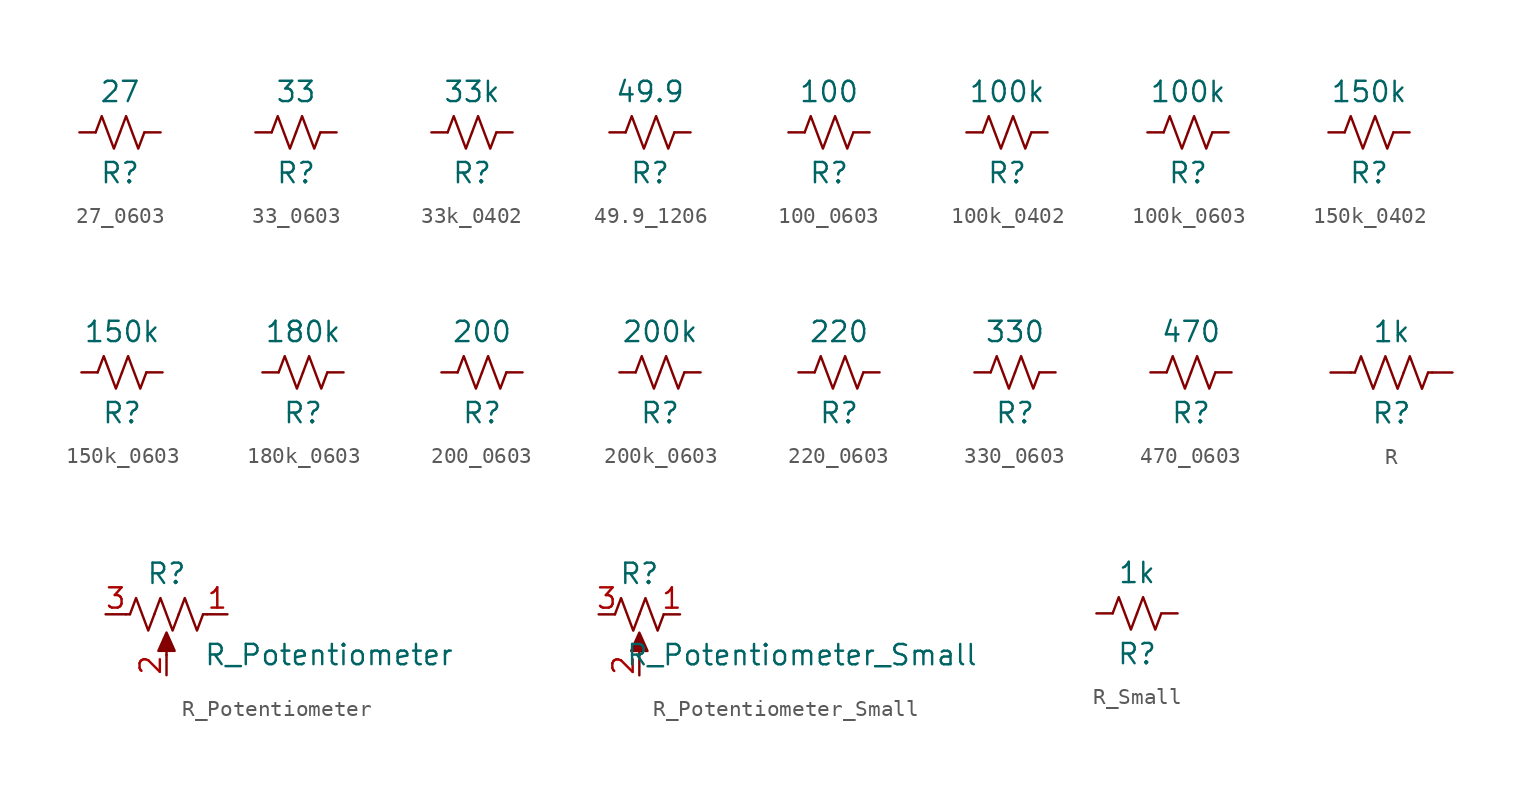
<source format=kicad_sym>
(kicad_symbol_lib
  (version 20231120)
  (generator "kicad_symbol_editor")
  (generator_version "8.0")
  (symbol "27_0603"
    (pin_numbers hide)
    (pin_names
      (offset 0))
    (property "Reference" "R"
      (at 0 -2.54 0)
      (effects (font (size 1.27 1.27))))
    (property "Value" "27"
      (at 0 2.54 0)
      (effects (font (size 1.27 1.27))))
    (symbol "27_0603_0_1"
      (polyline (pts (xy -1.524 0) (xy -1.143 1.016) (xy -0.762 0) (xy -0.381 -1.016) (xy 0 0)) (stroke (width 0) (type default)) (fill (type none)))
      (polyline (pts (xy 0 0) (xy 0.381 1.016) (xy 0.762 0) (xy 1.143 -1.016) (xy 1.524 0)) (stroke (width 0) (type default)) (fill (type none))))
    (symbol "27_0603_1_1"
      (pin passive line (at -2.54 0 0) (length 1.016) (name "~" (effects (font (size 1.27 1.27)))) (number "1" (effects (font (size 1.27 1.27)))))
      (pin passive line (at 2.54 0 180) (length 1.016) (name "~" (effects (font (size 1.27 1.27)))) (number "2" (effects (font (size 1.27 1.27)))))))
  (symbol "33_0603"
    (pin_numbers hide)
    (pin_names
      (offset 0))
    (property "Reference" "R"
      (at 0 -2.54 0)
      (effects (font (size 1.27 1.27))))
    (property "Value" "33"
      (at 0 2.54 0)
      (effects (font (size 1.27 1.27))))
    (symbol "33_0603_0_1"
      (polyline (pts (xy -1.524 0) (xy -1.143 1.016) (xy -0.762 0) (xy -0.381 -1.016) (xy 0 0)) (stroke (width 0) (type default)) (fill (type none)))
      (polyline (pts (xy 0 0) (xy 0.381 1.016) (xy 0.762 0) (xy 1.143 -1.016) (xy 1.524 0)) (stroke (width 0) (type default)) (fill (type none))))
    (symbol "33_0603_1_1"
      (pin passive line (at -2.54 0 0) (length 1.016) (name "~" (effects (font (size 1.27 1.27)))) (number "1" (effects (font (size 1.27 1.27)))))
      (pin passive line (at 2.54 0 180) (length 1.016) (name "~" (effects (font (size 1.27 1.27)))) (number "2" (effects (font (size 1.27 1.27)))))))
  (symbol "33k_0402"
    (pin_numbers hide)
    (pin_names
      (offset 0))
    (property "Reference" "R"
      (at 0 -2.54 0)
      (effects (font (size 1.27 1.27))))
    (property "Value" "33k"
      (at 0 2.54 0)
      (effects (font (size 1.27 1.27))))
    (symbol "33k_0402_0_1"
      (polyline (pts (xy -1.524 0) (xy -1.143 1.016) (xy -0.762 0) (xy -0.381 -1.016) (xy 0 0)) (stroke (width 0) (type default)) (fill (type none)))
      (polyline (pts (xy 0 0) (xy 0.381 1.016) (xy 0.762 0) (xy 1.143 -1.016) (xy 1.524 0)) (stroke (width 0) (type default)) (fill (type none))))
    (symbol "33k_0402_1_1"
      (pin passive line (at -2.54 0 0) (length 1.016) (name "~" (effects (font (size 1.27 1.27)))) (number "1" (effects (font (size 1.27 1.27)))))
      (pin passive line (at 2.54 0 180) (length 1.016) (name "~" (effects (font (size 1.27 1.27)))) (number "2" (effects (font (size 1.27 1.27)))))))
  (symbol "49.9_1206"
    (pin_numbers hide)
    (pin_names
      (offset 0))
    (property "Reference" "R"
      (at 0 -2.54 0)
      (effects (font (size 1.27 1.27))))
    (property "Value" "49.9"
      (at 0 2.54 0)
      (effects (font (size 1.27 1.27))))
    (symbol "49.9_1206_0_1"
      (polyline (pts (xy -1.524 0) (xy -1.143 1.016) (xy -0.762 0) (xy -0.381 -1.016) (xy 0 0)) (stroke (width 0) (type default)) (fill (type none)))
      (polyline (pts (xy 0 0) (xy 0.381 1.016) (xy 0.762 0) (xy 1.143 -1.016) (xy 1.524 0)) (stroke (width 0) (type default)) (fill (type none))))
    (symbol "49.9_1206_1_1"
      (pin passive line (at -2.54 0 0) (length 1.016) (name "~" (effects (font (size 1.27 1.27)))) (number "1" (effects (font (size 1.27 1.27)))))
      (pin passive line (at 2.54 0 180) (length 1.016) (name "~" (effects (font (size 1.27 1.27)))) (number "2" (effects (font (size 1.27 1.27)))))))
  (symbol "100_0603"
    (pin_numbers hide)
    (pin_names
      (offset 0))
    (property "Reference" "R"
      (at 0 -2.54 0)
      (effects (font (size 1.27 1.27))))
    (property "Value" "100"
      (at 0 2.54 0)
      (effects (font (size 1.27 1.27))))
    (symbol "100_0603_0_1"
      (polyline (pts (xy -1.524 0) (xy -1.143 1.016) (xy -0.762 0) (xy -0.381 -1.016) (xy 0 0)) (stroke (width 0) (type default)) (fill (type none)))
      (polyline (pts (xy 0 0) (xy 0.381 1.016) (xy 0.762 0) (xy 1.143 -1.016) (xy 1.524 0)) (stroke (width 0) (type default)) (fill (type none))))
    (symbol "100_0603_1_1"
      (pin passive line (at -2.54 0 0) (length 1.016) (name "~" (effects (font (size 1.27 1.27)))) (number "1" (effects (font (size 1.27 1.27)))))
      (pin passive line (at 2.54 0 180) (length 1.016) (name "~" (effects (font (size 1.27 1.27)))) (number "2" (effects (font (size 1.27 1.27)))))))
  (symbol "100k_0402"
    (pin_numbers hide)
    (pin_names
      (offset 0))
    (property "Reference" "R"
      (at 0 -2.54 0)
      (effects (font (size 1.27 1.27))))
    (property "Value" "100k"
      (at 0 2.54 0)
      (effects (font (size 1.27 1.27))))
    (symbol "100k_0402_0_1"
      (polyline (pts (xy -1.524 0) (xy -1.143 1.016) (xy -0.762 0) (xy -0.381 -1.016) (xy 0 0)) (stroke (width 0) (type default)) (fill (type none)))
      (polyline (pts (xy 0 0) (xy 0.381 1.016) (xy 0.762 0) (xy 1.143 -1.016) (xy 1.524 0)) (stroke (width 0) (type default)) (fill (type none))))
    (symbol "100k_0402_1_1"
      (pin passive line (at -2.54 0 0) (length 1.016) (name "~" (effects (font (size 1.27 1.27)))) (number "1" (effects (font (size 1.27 1.27)))))
      (pin passive line (at 2.54 0 180) (length 1.016) (name "~" (effects (font (size 1.27 1.27)))) (number "2" (effects (font (size 1.27 1.27)))))))
  (symbol "100k_0603"
    (pin_numbers hide)
    (pin_names
      (offset 0))
    (property "Reference" "R"
      (at 0 -2.54 0)
      (effects (font (size 1.27 1.27))))
    (property "Value" "100k"
      (at 0 2.54 0)
      (effects (font (size 1.27 1.27))))
    (symbol "100k_0603_0_1"
      (polyline (pts (xy -1.524 0) (xy -1.143 1.016) (xy -0.762 0) (xy -0.381 -1.016) (xy 0 0)) (stroke (width 0) (type default)) (fill (type none)))
      (polyline (pts (xy 0 0) (xy 0.381 1.016) (xy 0.762 0) (xy 1.143 -1.016) (xy 1.524 0)) (stroke (width 0) (type default)) (fill (type none))))
    (symbol "100k_0603_1_1"
      (pin passive line (at -2.54 0 0) (length 1.016) (name "~" (effects (font (size 1.27 1.27)))) (number "1" (effects (font (size 1.27 1.27)))))
      (pin passive line (at 2.54 0 180) (length 1.016) (name "~" (effects (font (size 1.27 1.27)))) (number "2" (effects (font (size 1.27 1.27)))))))
  (symbol "150k_0402"
    (pin_numbers hide)
    (pin_names
      (offset 0))
    (property "Reference" "R"
      (at 0 -2.54 0)
      (effects (font (size 1.27 1.27))))
    (property "Value" "150k"
      (at 0 2.54 0)
      (effects (font (size 1.27 1.27))))
    (symbol "150k_0402_0_1"
      (polyline (pts (xy -1.524 0) (xy -1.143 1.016) (xy -0.762 0) (xy -0.381 -1.016) (xy 0 0)) (stroke (width 0) (type default)) (fill (type none)))
      (polyline (pts (xy 0 0) (xy 0.381 1.016) (xy 0.762 0) (xy 1.143 -1.016) (xy 1.524 0)) (stroke (width 0) (type default)) (fill (type none))))
    (symbol "150k_0402_1_1"
      (pin passive line (at -2.54 0 0) (length 1.016) (name "~" (effects (font (size 1.27 1.27)))) (number "1" (effects (font (size 1.27 1.27)))))
      (pin passive line (at 2.54 0 180) (length 1.016) (name "~" (effects (font (size 1.27 1.27)))) (number "2" (effects (font (size 1.27 1.27)))))))
  (symbol "150k_0603"
    (pin_numbers hide)
    (pin_names
      (offset 0))
    (property "Reference" "R"
      (at 0 -2.54 0)
      (effects (font (size 1.27 1.27))))
    (property "Value" "150k"
      (at 0 2.54 0)
      (effects (font (size 1.27 1.27))))
    (symbol "150k_0603_0_1"
      (polyline (pts (xy -1.524 0) (xy -1.143 1.016) (xy -0.762 0) (xy -0.381 -1.016) (xy 0 0)) (stroke (width 0) (type default)) (fill (type none)))
      (polyline (pts (xy 0 0) (xy 0.381 1.016) (xy 0.762 0) (xy 1.143 -1.016) (xy 1.524 0)) (stroke (width 0) (type default)) (fill (type none))))
    (symbol "150k_0603_1_1"
      (pin passive line (at -2.54 0 0) (length 1.016) (name "~" (effects (font (size 1.27 1.27)))) (number "1" (effects (font (size 1.27 1.27)))))
      (pin passive line (at 2.54 0 180) (length 1.016) (name "~" (effects (font (size 1.27 1.27)))) (number "2" (effects (font (size 1.27 1.27)))))))
  (symbol "180k_0603"
    (pin_numbers hide)
    (pin_names
      (offset 0))
    (property "Reference" "R"
      (at 0 -2.54 0)
      (effects (font (size 1.27 1.27))))
    (property "Value" "180k"
      (at 0 2.54 0)
      (effects (font (size 1.27 1.27))))
    (symbol "180k_0603_0_1"
      (polyline (pts (xy -1.524 0) (xy -1.143 1.016) (xy -0.762 0) (xy -0.381 -1.016) (xy 0 0)) (stroke (width 0) (type default)) (fill (type none)))
      (polyline (pts (xy 0 0) (xy 0.381 1.016) (xy 0.762 0) (xy 1.143 -1.016) (xy 1.524 0)) (stroke (width 0) (type default)) (fill (type none))))
    (symbol "180k_0603_1_1"
      (pin passive line (at -2.54 0 0) (length 1.016) (name "~" (effects (font (size 1.27 1.27)))) (number "1" (effects (font (size 1.27 1.27)))))
      (pin passive line (at 2.54 0 180) (length 1.016) (name "~" (effects (font (size 1.27 1.27)))) (number "2" (effects (font (size 1.27 1.27)))))))
  (symbol "200_0603"
    (pin_numbers hide)
    (pin_names
      (offset 0))
    (property "Reference" "R"
      (at 0 -2.54 0)
      (effects (font (size 1.27 1.27))))
    (property "Value" "200"
      (at 0 2.54 0)
      (effects (font (size 1.27 1.27))))
    (symbol "200_0603_0_1"
      (polyline (pts (xy -1.524 0) (xy -1.143 1.016) (xy -0.762 0) (xy -0.381 -1.016) (xy 0 0)) (stroke (width 0) (type default)) (fill (type none)))
      (polyline (pts (xy 0 0) (xy 0.381 1.016) (xy 0.762 0) (xy 1.143 -1.016) (xy 1.524 0)) (stroke (width 0) (type default)) (fill (type none))))
    (symbol "200_0603_1_1"
      (pin passive line (at -2.54 0 0) (length 1.016) (name "~" (effects (font (size 1.27 1.27)))) (number "1" (effects (font (size 1.27 1.27)))))
      (pin passive line (at 2.54 0 180) (length 1.016) (name "~" (effects (font (size 1.27 1.27)))) (number "2" (effects (font (size 1.27 1.27)))))))
  (symbol "200k_0603"
    (pin_numbers hide)
    (pin_names
      (offset 0))
    (property "Reference" "R"
      (at 0 -2.54 0)
      (effects (font (size 1.27 1.27))))
    (property "Value" "200k"
      (at 0 2.54 0)
      (effects (font (size 1.27 1.27))))
    (symbol "200k_0603_0_1"
      (polyline (pts (xy -1.524 0) (xy -1.143 1.016) (xy -0.762 0) (xy -0.381 -1.016) (xy 0 0)) (stroke (width 0) (type default)) (fill (type none)))
      (polyline (pts (xy 0 0) (xy 0.381 1.016) (xy 0.762 0) (xy 1.143 -1.016) (xy 1.524 0)) (stroke (width 0) (type default)) (fill (type none))))
    (symbol "200k_0603_1_1"
      (pin passive line (at -2.54 0 0) (length 1.016) (name "~" (effects (font (size 1.27 1.27)))) (number "1" (effects (font (size 1.27 1.27)))))
      (pin passive line (at 2.54 0 180) (length 1.016) (name "~" (effects (font (size 1.27 1.27)))) (number "2" (effects (font (size 1.27 1.27)))))))
  (symbol "220_0603"
    (pin_numbers hide)
    (pin_names
      (offset 0))
    (property "Reference" "R"
      (at 0 -2.54 0)
      (effects (font (size 1.27 1.27))))
    (property "Value" "220"
      (at 0 2.54 0)
      (effects (font (size 1.27 1.27))))
    (symbol "220_0603_0_1"
      (polyline (pts (xy -1.524 0) (xy -1.143 1.016) (xy -0.762 0) (xy -0.381 -1.016) (xy 0 0)) (stroke (width 0) (type default)) (fill (type none)))
      (polyline (pts (xy 0 0) (xy 0.381 1.016) (xy 0.762 0) (xy 1.143 -1.016) (xy 1.524 0)) (stroke (width 0) (type default)) (fill (type none))))
    (symbol "220_0603_1_1"
      (pin passive line (at -2.54 0 0) (length 1.016) (name "~" (effects (font (size 1.27 1.27)))) (number "1" (effects (font (size 1.27 1.27)))))
      (pin passive line (at 2.54 0 180) (length 1.016) (name "~" (effects (font (size 1.27 1.27)))) (number "2" (effects (font (size 1.27 1.27)))))))
  (symbol "330_0603"
    (pin_numbers hide)
    (pin_names
      (offset 0))
    (property "Reference" "R"
      (at 0 -2.54 0)
      (effects (font (size 1.27 1.27))))
    (property "Value" "330"
      (at 0 2.54 0)
      (effects (font (size 1.27 1.27))))
    (symbol "330_0603_0_1"
      (polyline (pts (xy -1.524 0) (xy -1.143 1.016) (xy -0.762 0) (xy -0.381 -1.016) (xy 0 0)) (stroke (width 0) (type default)) (fill (type none)))
      (polyline (pts (xy 0 0) (xy 0.381 1.016) (xy 0.762 0) (xy 1.143 -1.016) (xy 1.524 0)) (stroke (width 0) (type default)) (fill (type none))))
    (symbol "330_0603_1_1"
      (pin passive line (at -2.54 0 0) (length 1.016) (name "~" (effects (font (size 1.27 1.27)))) (number "1" (effects (font (size 1.27 1.27)))))
      (pin passive line (at 2.54 0 180) (length 1.016) (name "~" (effects (font (size 1.27 1.27)))) (number "2" (effects (font (size 1.27 1.27)))))))
  (symbol "470_0603"
    (pin_numbers hide)
    (pin_names
      (offset 0))
    (property "Reference" "R"
      (at 0 -2.54 0)
      (effects (font (size 1.27 1.27))))
    (property "Value" "470"
      (at 0 2.54 0)
      (effects (font (size 1.27 1.27))))
    (symbol "470_0603_0_1"
      (polyline (pts (xy -1.524 0) (xy -1.143 1.016) (xy -0.762 0) (xy -0.381 -1.016) (xy 0 0)) (stroke (width 0) (type default)) (fill (type none)))
      (polyline (pts (xy 0 0) (xy 0.381 1.016) (xy 0.762 0) (xy 1.143 -1.016) (xy 1.524 0)) (stroke (width 0) (type default)) (fill (type none))))
    (symbol "470_0603_1_1"
      (pin passive line (at -2.54 0 0) (length 1.016) (name "~" (effects (font (size 1.27 1.27)))) (number "1" (effects (font (size 1.27 1.27)))))
      (pin passive line (at 2.54 0 180) (length 1.016) (name "~" (effects (font (size 1.27 1.27)))) (number "2" (effects (font (size 1.27 1.27)))))))
  (symbol "R"
    (pin_numbers hide)
    (pin_names
      (offset 0))
    (property "Reference" "R"
      (at 0 -2.54 0)
      (effects (font (size 1.27 1.27))))
    (property "Value" "1k"
      (at 0 2.54 0)
      (effects (font (size 1.27 1.27))))
    (symbol "R_0_1"
      (polyline (pts (xy -2.286 0) (xy -2.54 0)) (stroke (width 0) (type default)) (fill (type none)))
      (polyline (pts (xy 2.286 0) (xy 2.54 0)) (stroke (width 0) (type default)) (fill (type none)))
      (polyline (pts (xy -0.762 0) (xy -1.143 -1.016) (xy -1.524 0) (xy -1.905 1.016) (xy -2.286 0)) (stroke (width 0) (type default)) (fill (type none)))
      (polyline (pts (xy 0.762 0) (xy 0.381 -1.016) (xy 0 0) (xy -0.381 1.016) (xy -0.762 0)) (stroke (width 0) (type default)) (fill (type none)))
      (polyline (pts (xy 2.286 0) (xy 1.905 -1.016) (xy 1.524 0) (xy 1.143 1.016) (xy 0.762 0)) (stroke (width 0) (type default)) (fill (type none))))
    (symbol "R_1_1"
      (pin passive line (at 3.81 0 180) (length 1.27) (name "~" (effects (font (size 1.27 1.27)))) (number "1" (effects (font (size 1.27 1.27)))))
      (pin passive line (at -3.81 0 0) (length 1.27) (name "~" (effects (font (size 1.27 1.27)))) (number "2" (effects (font (size 1.27 1.27)))))))
  (symbol "R_Potentiometer"
    (pin_names
      (offset 1.016) hide)
    (property "Reference" "R"
      (at 0 2.54 0)
      (effects (font (size 1.27 1.27))))
    (property "Value" "R_Potentiometer"
      (at 10.16 -2.54 0)
      (effects (font (size 1.27 1.27))))
    (symbol "R_Potentiometer_0_1"
      (polyline (pts (xy -2.286 0) (xy -2.54 0)) (stroke (width 0) (type default)) (fill (type none)))
      (polyline (pts (xy 0 -2.54) (xy 0 -1.524)) (stroke (width 0) (type default)) (fill (type none)))
      (polyline (pts (xy 2.54 0) (xy 2.286 0)) (stroke (width 0) (type default)) (fill (type none)))
      (polyline (pts (xy 0 -1.143) (xy 0.508 -2.286) (xy -0.508 -2.286) (xy 0 -1.143)) (stroke (width 0) (type default)) (fill (type outline)))
      (polyline (pts (xy -0.762 0) (xy -1.143 -1.016) (xy -1.524 0) (xy -1.905 1.016) (xy -2.286 0)) (stroke (width 0) (type default)) (fill (type none)))
      (polyline (pts (xy 0.762 0) (xy 0.381 -1.016) (xy 0 0) (xy -0.381 1.016) (xy -0.762 0)) (stroke (width 0) (type default)) (fill (type none)))
      (polyline (pts (xy 2.286 0) (xy 1.905 -1.016) (xy 1.524 0) (xy 1.143 1.016) (xy 0.762 0)) (stroke (width 0) (type default)) (fill (type none))))
    (symbol "R_Potentiometer_1_1"
      (pin passive line (at 3.81 0 180) (length 1.27) (name "1" (effects (font (size 1.27 1.27)))) (number "1" (effects (font (size 1.27 1.27)))))
      (pin passive line (at 0 -3.81 90) (length 1.27) (name "2" (effects (font (size 1.27 1.27)))) (number "2" (effects (font (size 1.27 1.27)))))
      (pin passive line (at -3.81 0 0) (length 1.27) (name "3" (effects (font (size 1.27 1.27)))) (number "3" (effects (font (size 1.27 1.27)))))))
  (symbol "R_Potentiometer_Small"
    (pin_names
      (offset 1.016) hide)
    (property "Reference" "R"
      (at 0 2.54 0)
      (effects (font (size 1.27 1.27))))
    (property "Value" "R_Potentiometer_Small"
      (at 10.16 -2.54 0)
      (effects (font (size 1.27 1.27))))
    (symbol "R_Potentiometer_Small_0_1"
      (polyline (pts (xy 0 -2.54) (xy 0 -1.524)) (stroke (width 0) (type default)) (fill (type none)))
      (polyline (pts (xy 0 -1.143) (xy 0.508 -2.286) (xy -0.508 -2.286) (xy 0 -1.143)) (stroke (width 0) (type default)) (fill (type outline))))
    (symbol "R_Potentiometer_Small_1_1"
      (polyline (pts (xy 0 0) (xy -0.381 -1.016) (xy -0.762 0) (xy -1.143 1.016) (xy -1.524 0)) (stroke (width 0) (type default)) (fill (type none)))
      (polyline (pts (xy 1.524 0) (xy 1.143 -1.016) (xy 0.762 0) (xy 0.381 1.016) (xy 0 0)) (stroke (width 0) (type default)) (fill (type none)))
      (pin passive line (at 2.54 0 180) (length 1.016) (name "~" (effects (font (size 1.27 1.27)))) (number "1" (effects (font (size 1.27 1.27)))))
      (pin passive line (at 0 -3.81 90) (length 1.27) (name "2" (effects (font (size 1.27 1.27)))) (number "2" (effects (font (size 1.27 1.27)))))
      (pin passive line (at -2.54 0 0) (length 1.016) (name "~" (effects (font (size 1.27 1.27)))) (number "3" (effects (font (size 1.27 1.27)))))))
  (symbol "R_Small"
    (pin_numbers hide)
    (pin_names
      (offset 0))
    (property "Reference" "R"
      (at 0 -2.54 0)
      (effects (font (size 1.27 1.27))))
    (property "Value" "1k"
      (at 0 2.54 0)
      (effects (font (size 1.27 1.27))))
    (symbol "R_Small_1_1"
      (polyline (pts (xy -1.524 0) (xy -1.143 1.016) (xy -0.762 0) (xy -0.381 -1.016) (xy 0 0)) (stroke (width 0) (type default)) (fill (type none)))
      (polyline (pts (xy 0 0) (xy 0.381 1.016) (xy 0.762 0) (xy 1.143 -1.016) (xy 1.524 0)) (stroke (width 0) (type default)) (fill (type none)))
      (pin passive line (at -2.54 0 0) (length 1.016) (name "~" (effects (font (size 1.27 1.27)))) (number "1" (effects (font (size 1.27 1.27)))))
      (pin passive line (at 2.54 0 180) (length 1.016) (name "~" (effects (font (size 1.27 1.27)))) (number "2" (effects (font (size 1.27 1.27))))))))
</source>
